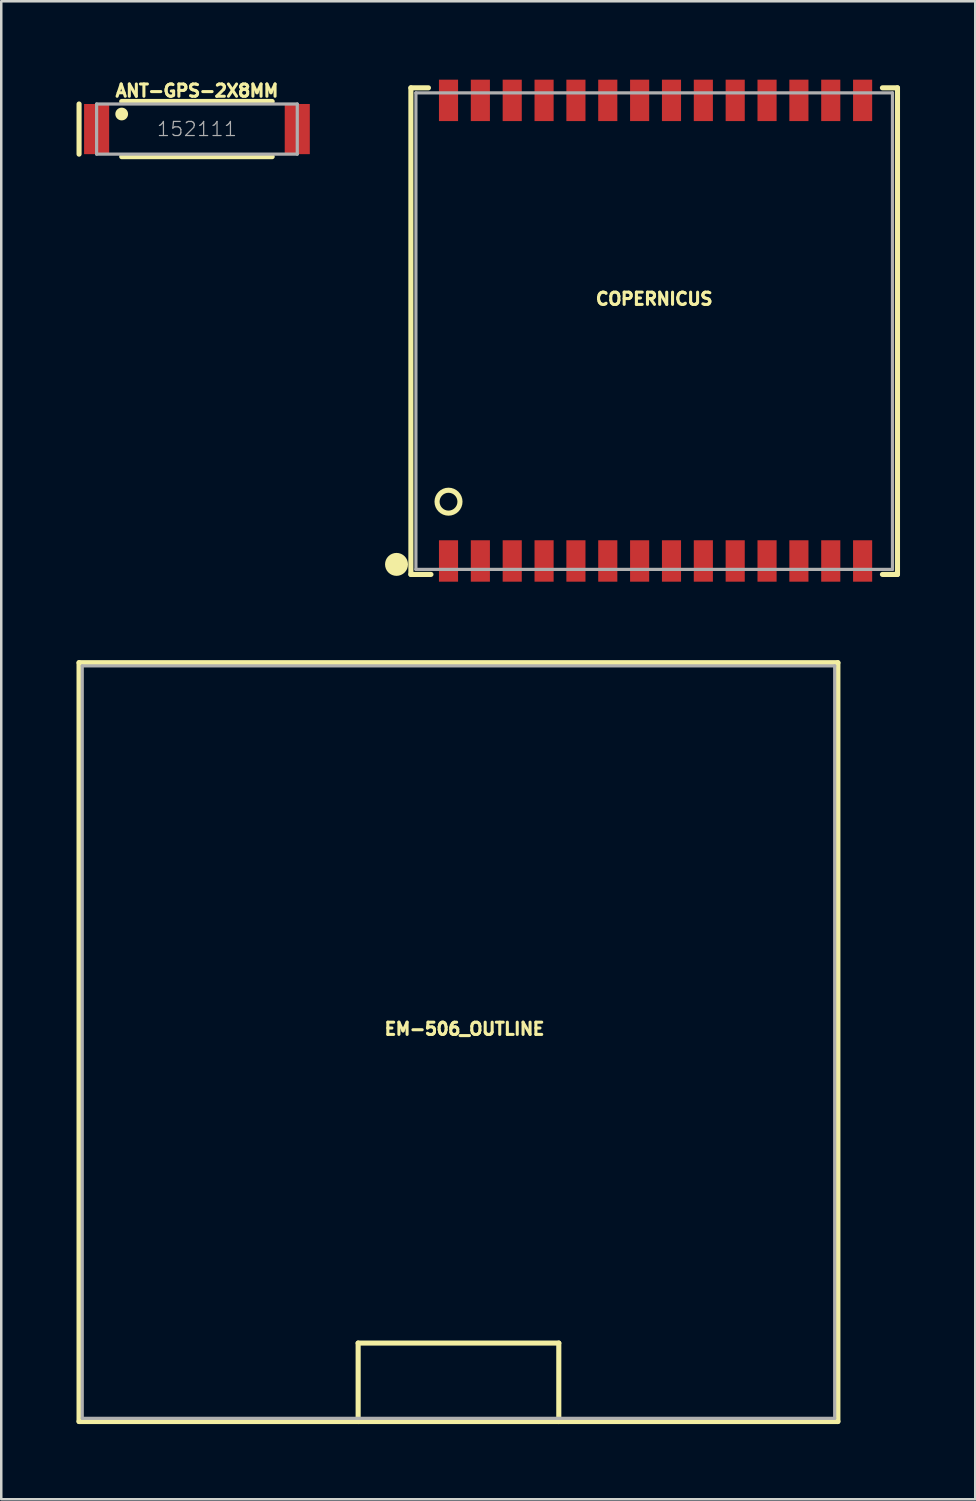
<source format=kicad_pcb>
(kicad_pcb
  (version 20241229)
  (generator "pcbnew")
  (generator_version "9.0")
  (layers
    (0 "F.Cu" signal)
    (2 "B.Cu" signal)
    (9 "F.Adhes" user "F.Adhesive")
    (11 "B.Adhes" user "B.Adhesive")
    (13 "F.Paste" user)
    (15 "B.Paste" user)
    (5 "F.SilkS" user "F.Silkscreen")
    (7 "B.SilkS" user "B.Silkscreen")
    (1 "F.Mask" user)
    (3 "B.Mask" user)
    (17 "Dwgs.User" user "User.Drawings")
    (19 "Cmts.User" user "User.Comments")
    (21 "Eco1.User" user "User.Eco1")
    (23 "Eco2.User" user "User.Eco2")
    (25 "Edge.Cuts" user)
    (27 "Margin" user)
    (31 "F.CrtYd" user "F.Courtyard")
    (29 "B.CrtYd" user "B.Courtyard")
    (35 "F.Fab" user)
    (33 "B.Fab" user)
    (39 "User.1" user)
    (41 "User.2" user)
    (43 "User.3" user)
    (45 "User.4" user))
  (footprint "ANT-GPS-2X8MM"
    (layer "F.Cu")
    (at 4.802 2.096)
    (property "Reference" "ANT-GPS-2X8MM" (at 0 -1.243 0) (layer "F.SilkS") (effects (font (size 0.488 0.488) (thickness 0.122)) (justify bottom)))
    (fp_line (start -4.7 -1) (end -4.7 1) (stroke (width 0.203) (type solid)) (layer "F.SilkS"))
    (fp_line (start -3 -1.1) (end 3 -1.1) (stroke (width 0.203) (type solid)) (layer "F.SilkS"))
    (fp_line (start 3 1.1) (end -3 1.1) (stroke (width 0.203) (type solid)) (layer "F.SilkS"))
    (fp_circle (center -3 -0.6) (end -2.873 -0.6) (stroke (width 0.254) (type solid)) (fill yes) (layer "F.SilkS"))
    (fp_line (start -4 -1) (end -4 1) (stroke (width 0.127) (type solid)) (layer "F.Fab"))
    (fp_line (start -4 1) (end 4 1) (stroke (width 0.127) (type solid)) (layer "F.Fab"))
    (fp_line (start 4 -1) (end -4 -1) (stroke (width 0.127) (type solid)) (layer "F.Fab"))
    (fp_line (start 4 1) (end 4 -1) (stroke (width 0.127) (type solid)) (layer "F.Fab"))
    (fp_text user "152111" (at 0 0 0) (layer "F.Fab") (effects (font (size 0.561 0.561) (thickness 0.049))))
    (pad "NC" smd rect (at 4 0) (size 1 2) (layers "F.Cu" "F.Mask" "F.Paste"))
    (pad "SIG" smd rect (at -4 0) (size 1 2) (layers "F.Cu" "F.Mask" "F.Paste")))
  (footprint "COPERNICUS"
    (layer "F.Cu")
    (at 23.032 10.152)
    (property "Reference" "COPERNICUS" (at 0 -1 0) (layer "F.SilkS") (effects (font (size 0.488 0.488) (thickness 0.122)) (justify bottom)))
    (fp_line (start -9.7 -9.7) (end -9.7 9.7) (stroke (width 0.203) (type solid)) (layer "F.SilkS"))
    (fp_line (start -9.7 9.7) (end -8.9 9.7) (stroke (width 0.203) (type solid)) (layer "F.SilkS"))
    (fp_line (start -9 -9.7) (end -9.7 -9.7) (stroke (width 0.203) (type solid)) (layer "F.SilkS"))
    (fp_line (start 9.1 9.7) (end 9.7 9.7) (stroke (width 0.203) (type solid)) (layer "F.SilkS"))
    (fp_line (start 9.7 -9.7) (end 9.1 -9.7) (stroke (width 0.203) (type solid)) (layer "F.SilkS"))
    (fp_line (start 9.7 -9.7) (end 9.7 9.7) (stroke (width 0.203) (type solid)) (layer "F.SilkS"))
    (fp_circle (center -10.273 9.3) (end -10.044 9.3) (stroke (width 0.457) (type solid)) (fill yes) (layer "F.SilkS"))
    (fp_circle (center -8.2 6.8) (end -7.743 6.8) (stroke (width 0.203) (type solid)) (fill no) (layer "F.SilkS"))
    (fp_poly (pts (xy -7.806 9.482) (xy -7.705 9.482) (xy -7.705 10.117) (xy -8.695 10.117) (xy -8.695 9.482) (xy -8.594 9.482) (xy -8.594 8.339) (xy -7.806 8.339)) (stroke (width 0) (type default)) (fill yes) (layer "F.Paste"))
    (fp_poly (pts (xy -7.705 -9.518) (xy -7.806 -9.518) (xy -7.806 -8.374) (xy -8.594 -8.374) (xy -8.594 -9.518) (xy -8.695 -9.518) (xy -8.695 -10.152) (xy -7.705 -10.152)) (stroke (width 0) (type default)) (fill yes) (layer "F.Paste"))
    (fp_poly (pts (xy -6.536 9.482) (xy -6.435 9.482) (xy -6.435 10.117) (xy -7.425 10.117) (xy -7.425 9.482) (xy -7.324 9.482) (xy -7.324 8.339) (xy -6.536 8.339)) (stroke (width 0) (type default)) (fill yes) (layer "F.Paste"))
    (fp_poly (pts (xy -6.435 -9.518) (xy -6.536 -9.518) (xy -6.536 -8.374) (xy -7.324 -8.374) (xy -7.324 -9.518) (xy -7.425 -9.518) (xy -7.425 -10.152) (xy -6.435 -10.152)) (stroke (width 0) (type default)) (fill yes) (layer "F.Paste"))
    (fp_poly (pts (xy -5.266 9.482) (xy -5.165 9.482) (xy -5.165 10.117) (xy -6.155 10.117) (xy -6.155 9.482) (xy -6.054 9.482) (xy -6.054 8.339) (xy -5.266 8.339)) (stroke (width 0) (type default)) (fill yes) (layer "F.Paste"))
    (fp_poly (pts (xy -5.165 -9.518) (xy -5.266 -9.518) (xy -5.266 -8.374) (xy -6.054 -8.374) (xy -6.054 -9.518) (xy -6.155 -9.518) (xy -6.155 -10.152) (xy -5.165 -10.152)) (stroke (width 0) (type default)) (fill yes) (layer "F.Paste"))
    (fp_poly (pts (xy -3.996 9.482) (xy -3.895 9.482) (xy -3.895 10.117) (xy -4.885 10.117) (xy -4.885 9.482) (xy -4.784 9.482) (xy -4.784 8.339) (xy -3.996 8.339)) (stroke (width 0) (type default)) (fill yes) (layer "F.Paste"))
    (fp_poly (pts (xy -3.895 -9.518) (xy -3.996 -9.518) (xy -3.996 -8.374) (xy -4.784 -8.374) (xy -4.784 -9.518) (xy -4.885 -9.518) (xy -4.885 -10.152) (xy -3.895 -10.152)) (stroke (width 0) (type default)) (fill yes) (layer "F.Paste"))
    (fp_poly (pts (xy -2.726 9.482) (xy -2.625 9.482) (xy -2.625 10.117) (xy -3.615 10.117) (xy -3.615 9.482) (xy -3.514 9.482) (xy -3.514 8.339) (xy -2.726 8.339)) (stroke (width 0) (type default)) (fill yes) (layer "F.Paste"))
    (fp_poly (pts (xy -2.625 -9.518) (xy -2.726 -9.518) (xy -2.726 -8.374) (xy -3.514 -8.374) (xy -3.514 -9.518) (xy -3.615 -9.518) (xy -3.615 -10.152) (xy -2.625 -10.152)) (stroke (width 0) (type default)) (fill yes) (layer "F.Paste"))
    (fp_poly (pts (xy -1.456 9.482) (xy -1.355 9.482) (xy -1.355 10.117) (xy -2.345 10.117) (xy -2.345 9.482) (xy -2.244 9.482) (xy -2.244 8.339) (xy -1.456 8.339)) (stroke (width 0) (type default)) (fill yes) (layer "F.Paste"))
    (fp_poly (pts (xy -1.355 -9.518) (xy -1.456 -9.518) (xy -1.456 -8.374) (xy -2.244 -8.374) (xy -2.244 -9.518) (xy -2.345 -9.518) (xy -2.345 -10.152) (xy -1.355 -10.152)) (stroke (width 0) (type default)) (fill yes) (layer "F.Paste"))
    (fp_poly (pts (xy -0.186 9.482) (xy -0.085 9.482) (xy -0.085 10.117) (xy -1.075 10.117) (xy -1.075 9.482) (xy -0.974 9.482) (xy -0.974 8.339) (xy -0.186 8.339)) (stroke (width 0) (type default)) (fill yes) (layer "F.Paste"))
    (fp_poly (pts (xy -0.085 -9.518) (xy -0.186 -9.518) (xy -0.186 -8.374) (xy -0.974 -8.374) (xy -0.974 -9.518) (xy -1.075 -9.518) (xy -1.075 -10.152) (xy -0.085 -10.152)) (stroke (width 0) (type default)) (fill yes) (layer "F.Paste"))
    (fp_poly (pts (xy 1.084 9.482) (xy 1.185 9.482) (xy 1.185 10.117) (xy 0.195 10.117) (xy 0.195 9.482) (xy 0.296 9.482) (xy 0.296 8.339) (xy 1.084 8.339)) (stroke (width 0) (type default)) (fill yes) (layer "F.Paste"))
    (fp_poly (pts (xy 1.185 -9.518) (xy 1.084 -9.518) (xy 1.084 -8.374) (xy 0.296 -8.374) (xy 0.296 -9.518) (xy 0.195 -9.518) (xy 0.195 -10.152) (xy 1.185 -10.152)) (stroke (width 0) (type default)) (fill yes) (layer "F.Paste"))
    (fp_poly (pts (xy 2.354 9.482) (xy 2.455 9.482) (xy 2.455 10.117) (xy 1.465 10.117) (xy 1.465 9.482) (xy 1.566 9.482) (xy 1.566 8.339) (xy 2.354 8.339)) (stroke (width 0) (type default)) (fill yes) (layer "F.Paste"))
    (fp_poly (pts (xy 2.455 -9.518) (xy 2.354 -9.518) (xy 2.354 -8.374) (xy 1.566 -8.374) (xy 1.566 -9.518) (xy 1.465 -9.518) (xy 1.465 -10.152) (xy 2.455 -10.152)) (stroke (width 0) (type default)) (fill yes) (layer "F.Paste"))
    (fp_poly (pts (xy 3.624 9.482) (xy 3.725 9.482) (xy 3.725 10.117) (xy 2.735 10.117) (xy 2.735 9.482) (xy 2.836 9.482) (xy 2.836 8.339) (xy 3.624 8.339)) (stroke (width 0) (type default)) (fill yes) (layer "F.Paste"))
    (fp_poly (pts (xy 3.725 -9.518) (xy 3.624 -9.518) (xy 3.624 -8.374) (xy 2.836 -8.374) (xy 2.836 -9.518) (xy 2.735 -9.518) (xy 2.735 -10.152) (xy 3.725 -10.152)) (stroke (width 0) (type default)) (fill yes) (layer "F.Paste"))
    (fp_poly (pts (xy 4.894 9.482) (xy 4.995 9.482) (xy 4.995 10.117) (xy 4.005 10.117) (xy 4.005 9.482) (xy 4.106 9.482) (xy 4.106 8.339) (xy 4.894 8.339)) (stroke (width 0) (type default)) (fill yes) (layer "F.Paste"))
    (fp_poly (pts (xy 4.995 -9.518) (xy 4.894 -9.518) (xy 4.894 -8.374) (xy 4.106 -8.374) (xy 4.106 -9.518) (xy 4.005 -9.518) (xy 4.005 -10.152) (xy 4.995 -10.152)) (stroke (width 0) (type default)) (fill yes) (layer "F.Paste"))
    (fp_poly (pts (xy 6.164 9.482) (xy 6.265 9.482) (xy 6.265 10.117) (xy 5.275 10.117) (xy 5.275 9.482) (xy 5.376 9.482) (xy 5.376 8.339) (xy 6.164 8.339)) (stroke (width 0) (type default)) (fill yes) (layer "F.Paste"))
    (fp_poly (pts (xy 6.265 -9.518) (xy 6.164 -9.518) (xy 6.164 -8.374) (xy 5.376 -8.374) (xy 5.376 -9.518) (xy 5.275 -9.518) (xy 5.275 -10.152) (xy 6.265 -10.152)) (stroke (width 0) (type default)) (fill yes) (layer "F.Paste"))
    (fp_poly (pts (xy 7.434 9.482) (xy 7.535 9.482) (xy 7.535 10.117) (xy 6.545 10.117) (xy 6.545 9.482) (xy 6.646 9.482) (xy 6.646 8.339) (xy 7.434 8.339)) (stroke (width 0) (type default)) (fill yes) (layer "F.Paste"))
    (fp_poly (pts (xy 7.535 -9.518) (xy 7.434 -9.518) (xy 7.434 -8.374) (xy 6.646 -8.374) (xy 6.646 -9.518) (xy 6.545 -9.518) (xy 6.545 -10.152) (xy 7.535 -10.152)) (stroke (width 0) (type default)) (fill yes) (layer "F.Paste"))
    (fp_poly (pts (xy 8.704 9.482) (xy 8.805 9.482) (xy 8.805 10.117) (xy 7.815 10.117) (xy 7.815 9.482) (xy 7.916 9.482) (xy 7.916 8.339) (xy 8.704 8.339)) (stroke (width 0) (type default)) (fill yes) (layer "F.Paste"))
    (fp_poly (pts (xy 8.805 -9.518) (xy 8.704 -9.518) (xy 8.704 -8.374) (xy 7.916 -8.374) (xy 7.916 -9.518) (xy 7.815 -9.518) (xy 7.815 -10.152) (xy 8.805 -10.152)) (stroke (width 0) (type default)) (fill yes) (layer "F.Paste"))
    (fp_line (start -9.5 -9.5) (end -9.5 9.5) (stroke (width 0.127) (type solid)) (layer "F.Fab"))
    (fp_line (start -9.5 -9.5) (end 9.5 -9.5) (stroke (width 0.127) (type solid)) (layer "F.Fab"))
    (fp_line (start -9.5 9.5) (end 9.5 9.5) (stroke (width 0.127) (type solid)) (layer "F.Fab"))
    (fp_line (start 9.5 -9.5) (end 9.5 9.5) (stroke (width 0.127) (type solid)) (layer "F.Fab"))
    (pad "1" smd rect (at -8.2 9.164 180) (size 0.762 1.651) (layers "F.Cu" "F.Mask"))
    (pad "2" smd rect (at -6.93 9.164 180) (size 0.762 1.651) (layers "F.Cu" "F.Mask"))
    (pad "3" smd rect (at -5.66 9.164 180) (size 0.762 1.651) (layers "F.Cu" "F.Mask"))
    (pad "4" smd rect (at -4.39 9.164 180) (size 0.762 1.651) (layers "F.Cu" "F.Mask"))
    (pad "5" smd rect (at -3.12 9.164 180) (size 0.762 1.651) (layers "F.Cu" "F.Mask"))
    (pad "6" smd rect (at -1.85 9.164 180) (size 0.762 1.651) (layers "F.Cu" "F.Mask"))
    (pad "7" smd rect (at -0.58 9.164 180) (size 0.762 1.651) (layers "F.Cu" "F.Mask"))
    (pad "8" smd rect (at 0.69 9.164 180) (size 0.762 1.651) (layers "F.Cu" "F.Mask"))
    (pad "9" smd rect (at 1.96 9.164 180) (size 0.762 1.651) (layers "F.Cu" "F.Mask"))
    (pad "10" smd rect (at 3.23 9.164 180) (size 0.762 1.651) (layers "F.Cu" "F.Mask"))
    (pad "11" smd rect (at 4.5 9.164 180) (size 0.762 1.651) (layers "F.Cu" "F.Mask"))
    (pad "12" smd rect (at 5.77 9.164 180) (size 0.762 1.651) (layers "F.Cu" "F.Mask"))
    (pad "13" smd rect (at 7.04 9.164 180) (size 0.762 1.651) (layers "F.Cu" "F.Mask"))
    (pad "14" smd rect (at 8.31 9.164 180) (size 0.762 1.651) (layers "F.Cu" "F.Mask"))
    (pad "15" smd rect (at 8.31 -9.2 180) (size 0.762 1.651) (layers "F.Cu" "F.Mask"))
    (pad "16" smd rect (at 7.04 -9.2 180) (size 0.762 1.651) (layers "F.Cu" "F.Mask"))
    (pad "17" smd rect (at 5.77 -9.2 180) (size 0.762 1.651) (layers "F.Cu" "F.Mask"))
    (pad "18" smd rect (at 4.5 -9.2 180) (size 0.762 1.651) (layers "F.Cu" "F.Mask"))
    (pad "19" smd rect (at 3.23 -9.2 180) (size 0.762 1.651) (layers "F.Cu" "F.Mask"))
    (pad "20" smd rect (at 1.96 -9.2 180) (size 0.762 1.651) (layers "F.Cu" "F.Mask"))
    (pad "21" smd rect (at 0.69 -9.2 180) (size 0.762 1.651) (layers "F.Cu" "F.Mask"))
    (pad "22" smd rect (at -0.58 -9.2 180) (size 0.762 1.651) (layers "F.Cu" "F.Mask"))
    (pad "23" smd rect (at -1.85 -9.2 180) (size 0.762 1.651) (layers "F.Cu" "F.Mask"))
    (pad "24" smd rect (at -3.12 -9.2 180) (size 0.762 1.651) (layers "F.Cu" "F.Mask"))
    (pad "25" smd rect (at -4.39 -9.2 180) (size 0.762 1.651) (layers "F.Cu" "F.Mask"))
    (pad "26" smd rect (at -5.66 -9.2 180) (size 0.762 1.651) (layers "F.Cu" "F.Mask"))
    (pad "27" smd rect (at -6.93 -9.2 180) (size 0.762 1.651) (layers "F.Cu" "F.Mask"))
    (pad "28" smd rect (at -8.2 -9.2 180) (size 0.762 1.651) (layers "F.Cu" "F.Mask")))
  (footprint "EM-506_OUTLINE"
    (layer "F.Cu")
    (at 15.229 38.498)
    (property "Reference" "EM-506_OUTLINE" (at 0.24 -0.24 0) (layer "F.SilkS") (effects (font (size 0.488 0.488) (thickness 0.122)) (justify bottom)))
    (fp_line (start -15.127 -15.127) (end 15.127 -15.127) (stroke (width 0.203) (type solid)) (layer "F.SilkS"))
    (fp_line (start -15.127 15.127) (end -15.127 -15.127) (stroke (width 0.203) (type solid)) (layer "F.SilkS"))
    (fp_line (start -4 12) (end 4 12) (stroke (width 0.203) (type solid)) (layer "F.SilkS"))
    (fp_line (start -4 15.127) (end -15.127 15.127) (stroke (width 0.203) (type solid)) (layer "F.SilkS"))
    (fp_line (start -4 15.127) (end -4 12) (stroke (width 0.203) (type solid)) (layer "F.SilkS"))
    (fp_line (start 4 15.127) (end -4 15.127) (stroke (width 0.203) (type solid)) (layer "F.SilkS"))
    (fp_line (start 4 15.127) (end 4 12) (stroke (width 0.203) (type solid)) (layer "F.SilkS"))
    (fp_line (start 15.127 -15.127) (end 15.127 15.127) (stroke (width 0.203) (type solid)) (layer "F.SilkS"))
    (fp_line (start 15.127 15.127) (end 4 15.127) (stroke (width 0.203) (type solid)) (layer "F.SilkS"))
    (fp_line (start -15 -15) (end 15 -15) (stroke (width 0.127) (type solid)) (layer "F.Fab"))
    (fp_line (start -15 15) (end -15 -15) (stroke (width 0.127) (type solid)) (layer "F.Fab"))
    (fp_line (start 15 -15) (end 15 15) (stroke (width 0.127) (type solid)) (layer "F.Fab"))
    (fp_line (start 15 15) (end -15 15) (stroke (width 0.127) (type solid)) (layer "F.Fab")))
  (gr_rect
    (start -3 -3)
    (end 35.833 56.726)
    (stroke (width 0.1) (type default))
    (fill no)
    (layer "Edge.Cuts")))
</source>
